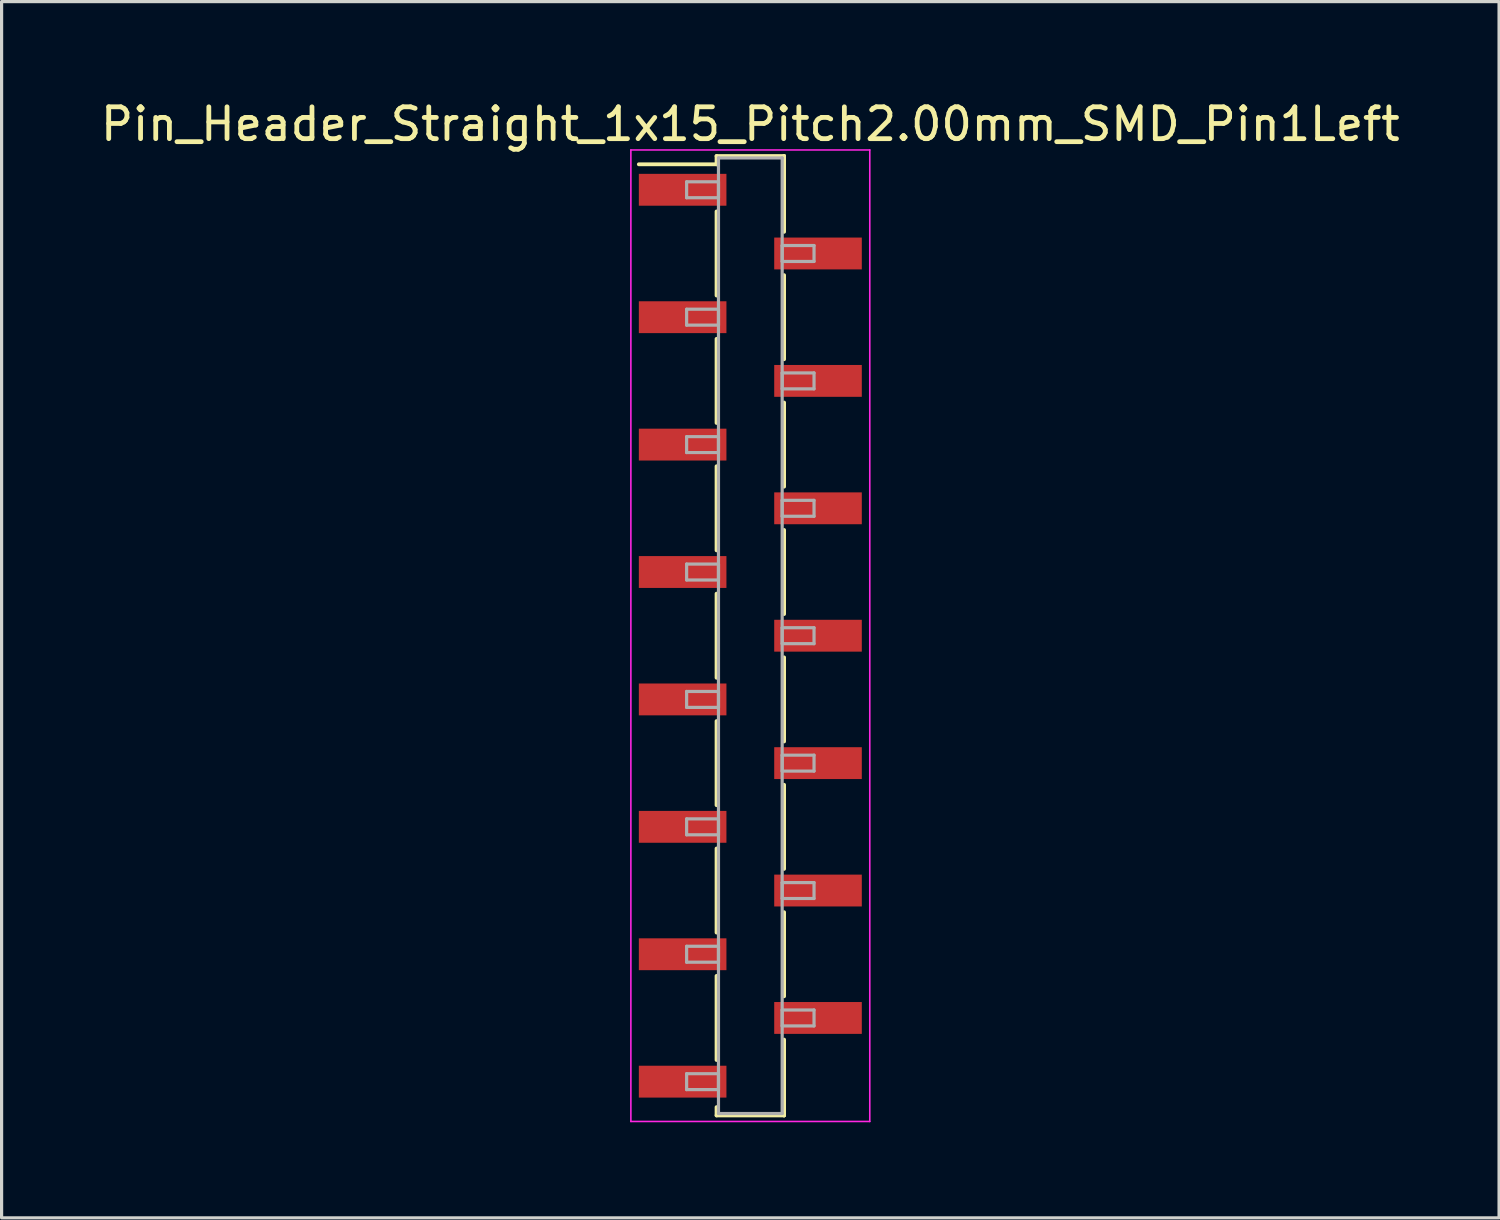
<source format=kicad_pcb>
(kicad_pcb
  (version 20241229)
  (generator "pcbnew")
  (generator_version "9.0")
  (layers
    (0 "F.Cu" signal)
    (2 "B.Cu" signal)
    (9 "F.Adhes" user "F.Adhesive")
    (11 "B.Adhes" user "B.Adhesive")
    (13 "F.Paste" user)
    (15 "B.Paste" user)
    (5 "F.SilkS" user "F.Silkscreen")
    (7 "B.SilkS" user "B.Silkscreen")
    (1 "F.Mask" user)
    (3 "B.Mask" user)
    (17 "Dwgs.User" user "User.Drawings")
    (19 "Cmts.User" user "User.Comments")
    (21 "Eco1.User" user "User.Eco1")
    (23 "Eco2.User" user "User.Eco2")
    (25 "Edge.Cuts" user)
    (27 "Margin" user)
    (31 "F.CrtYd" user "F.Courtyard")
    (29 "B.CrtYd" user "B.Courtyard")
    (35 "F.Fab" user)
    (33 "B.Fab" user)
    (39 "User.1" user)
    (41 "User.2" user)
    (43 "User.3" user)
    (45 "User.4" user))
  (footprint "Pin_Header_Straight_1x15_Pitch2.00mm_SMD_Pin1Left"
    (layer "F.Cu")
    (at 20.506 16.908)
    (property "Reference" "Pin_Header_Straight_1x15_Pitch2.00mm_SMD_Pin1Left" (at 0 -16.06 0) (layer "F.SilkS") (effects (font (size 1 1) (thickness 0.15))))
    (attr smd)
    (fp_line (start -1.06 -15.06) (end 1.06 -15.06) (stroke (width 0.12) (type solid)) (layer "F.SilkS"))
    (fp_line (start -1.06 -14.8) (end -3.5 -14.8) (stroke (width 0.12) (type solid)) (layer "F.SilkS"))
    (fp_line (start -1.06 -14.8) (end -1.06 -15.06) (stroke (width 0.12) (type solid)) (layer "F.SilkS"))
    (fp_line (start -1.06 -13.32) (end -1.06 -10.68) (stroke (width 0.12) (type solid)) (layer "F.SilkS"))
    (fp_line (start -1.06 -9.32) (end -1.06 -6.68) (stroke (width 0.12) (type solid)) (layer "F.SilkS"))
    (fp_line (start -1.06 -5.32) (end -1.06 -2.68) (stroke (width 0.12) (type solid)) (layer "F.SilkS"))
    (fp_line (start -1.06 -1.32) (end -1.06 1.32) (stroke (width 0.12) (type solid)) (layer "F.SilkS"))
    (fp_line (start -1.06 2.68) (end -1.06 5.32) (stroke (width 0.12) (type solid)) (layer "F.SilkS"))
    (fp_line (start -1.06 6.68) (end -1.06 9.32) (stroke (width 0.12) (type solid)) (layer "F.SilkS"))
    (fp_line (start -1.06 10.68) (end -1.06 13.32) (stroke (width 0.12) (type solid)) (layer "F.SilkS"))
    (fp_line (start -1.06 14.8) (end -1.06 15.06) (stroke (width 0.12) (type solid)) (layer "F.SilkS"))
    (fp_line (start -1.06 15.06) (end 1.06 15.06) (stroke (width 0.12) (type solid)) (layer "F.SilkS"))
    (fp_line (start 1.06 -15.06) (end 1.06 -14.8) (stroke (width 0.12) (type solid)) (layer "F.SilkS"))
    (fp_line (start 1.06 -15.06) (end 1.06 -12.68) (stroke (width 0.12) (type solid)) (layer "F.SilkS"))
    (fp_line (start 1.06 -11.32) (end 1.06 -8.68) (stroke (width 0.12) (type solid)) (layer "F.SilkS"))
    (fp_line (start 1.06 -7.32) (end 1.06 -4.68) (stroke (width 0.12) (type solid)) (layer "F.SilkS"))
    (fp_line (start 1.06 -3.32) (end 1.06 -0.68) (stroke (width 0.12) (type solid)) (layer "F.SilkS"))
    (fp_line (start 1.06 0.68) (end 1.06 3.32) (stroke (width 0.12) (type solid)) (layer "F.SilkS"))
    (fp_line (start 1.06 4.68) (end 1.06 7.32) (stroke (width 0.12) (type solid)) (layer "F.SilkS"))
    (fp_line (start 1.06 8.68) (end 1.06 11.32) (stroke (width 0.12) (type solid)) (layer "F.SilkS"))
    (fp_line (start 1.06 12.68) (end 1.06 15.06) (stroke (width 0.12) (type solid)) (layer "F.SilkS"))
    (fp_line (start 1.06 15.06) (end 1.06 14.8) (stroke (width 0.12) (type solid)) (layer "F.SilkS"))
    (fp_line (start -3.75 -15.25) (end -3.75 15.25) (stroke (width 0.05) (type solid)) (layer "F.CrtYd"))
    (fp_line (start -3.75 15.25) (end 3.75 15.25) (stroke (width 0.05) (type solid)) (layer "F.CrtYd"))
    (fp_line (start 3.75 -15.25) (end -3.75 -15.25) (stroke (width 0.05) (type solid)) (layer "F.CrtYd"))
    (fp_line (start 3.75 15.25) (end 3.75 -15.25) (stroke (width 0.05) (type solid)) (layer "F.CrtYd"))
    (fp_line (start -2 -14.25) (end -1 -14.25) (stroke (width 0.1) (type solid)) (layer "F.Fab"))
    (fp_line (start -2 -13.75) (end -2 -14.25) (stroke (width 0.1) (type solid)) (layer "F.Fab"))
    (fp_line (start -2 -10.25) (end -1 -10.25) (stroke (width 0.1) (type solid)) (layer "F.Fab"))
    (fp_line (start -2 -9.75) (end -2 -10.25) (stroke (width 0.1) (type solid)) (layer "F.Fab"))
    (fp_line (start -2 -6.25) (end -1 -6.25) (stroke (width 0.1) (type solid)) (layer "F.Fab"))
    (fp_line (start -2 -5.75) (end -2 -6.25) (stroke (width 0.1) (type solid)) (layer "F.Fab"))
    (fp_line (start -2 -2.25) (end -1 -2.25) (stroke (width 0.1) (type solid)) (layer "F.Fab"))
    (fp_line (start -2 -1.75) (end -2 -2.25) (stroke (width 0.1) (type solid)) (layer "F.Fab"))
    (fp_line (start -2 1.75) (end -1 1.75) (stroke (width 0.1) (type solid)) (layer "F.Fab"))
    (fp_line (start -2 2.25) (end -2 1.75) (stroke (width 0.1) (type solid)) (layer "F.Fab"))
    (fp_line (start -2 5.75) (end -1 5.75) (stroke (width 0.1) (type solid)) (layer "F.Fab"))
    (fp_line (start -2 6.25) (end -2 5.75) (stroke (width 0.1) (type solid)) (layer "F.Fab"))
    (fp_line (start -2 9.75) (end -1 9.75) (stroke (width 0.1) (type solid)) (layer "F.Fab"))
    (fp_line (start -2 10.25) (end -2 9.75) (stroke (width 0.1) (type solid)) (layer "F.Fab"))
    (fp_line (start -2 13.75) (end -1 13.75) (stroke (width 0.1) (type solid)) (layer "F.Fab"))
    (fp_line (start -2 14.25) (end -2 13.75) (stroke (width 0.1) (type solid)) (layer "F.Fab"))
    (fp_line (start -1 -15) (end -1 15) (stroke (width 0.1) (type solid)) (layer "F.Fab"))
    (fp_line (start -1 -14.25) (end -1 -13.75) (stroke (width 0.1) (type solid)) (layer "F.Fab"))
    (fp_line (start -1 -13.75) (end -2 -13.75) (stroke (width 0.1) (type solid)) (layer "F.Fab"))
    (fp_line (start -1 -10.25) (end -1 -9.75) (stroke (width 0.1) (type solid)) (layer "F.Fab"))
    (fp_line (start -1 -9.75) (end -2 -9.75) (stroke (width 0.1) (type solid)) (layer "F.Fab"))
    (fp_line (start -1 -6.25) (end -1 -5.75) (stroke (width 0.1) (type solid)) (layer "F.Fab"))
    (fp_line (start -1 -5.75) (end -2 -5.75) (stroke (width 0.1) (type solid)) (layer "F.Fab"))
    (fp_line (start -1 -2.25) (end -1 -1.75) (stroke (width 0.1) (type solid)) (layer "F.Fab"))
    (fp_line (start -1 -1.75) (end -2 -1.75) (stroke (width 0.1) (type solid)) (layer "F.Fab"))
    (fp_line (start -1 1.75) (end -1 2.25) (stroke (width 0.1) (type solid)) (layer "F.Fab"))
    (fp_line (start -1 2.25) (end -2 2.25) (stroke (width 0.1) (type solid)) (layer "F.Fab"))
    (fp_line (start -1 5.75) (end -1 6.25) (stroke (width 0.1) (type solid)) (layer "F.Fab"))
    (fp_line (start -1 6.25) (end -2 6.25) (stroke (width 0.1) (type solid)) (layer "F.Fab"))
    (fp_line (start -1 9.75) (end -1 10.25) (stroke (width 0.1) (type solid)) (layer "F.Fab"))
    (fp_line (start -1 10.25) (end -2 10.25) (stroke (width 0.1) (type solid)) (layer "F.Fab"))
    (fp_line (start -1 13.75) (end -1 14.25) (stroke (width 0.1) (type solid)) (layer "F.Fab"))
    (fp_line (start -1 14.25) (end -2 14.25) (stroke (width 0.1) (type solid)) (layer "F.Fab"))
    (fp_line (start -1 15) (end 1 15) (stroke (width 0.1) (type solid)) (layer "F.Fab"))
    (fp_line (start 1 -15) (end -1 -15) (stroke (width 0.1) (type solid)) (layer "F.Fab"))
    (fp_line (start 1 -12.25) (end 1 -11.75) (stroke (width 0.1) (type solid)) (layer "F.Fab"))
    (fp_line (start 1 -11.75) (end 2 -11.75) (stroke (width 0.1) (type solid)) (layer "F.Fab"))
    (fp_line (start 1 -8.25) (end 1 -7.75) (stroke (width 0.1) (type solid)) (layer "F.Fab"))
    (fp_line (start 1 -7.75) (end 2 -7.75) (stroke (width 0.1) (type solid)) (layer "F.Fab"))
    (fp_line (start 1 -4.25) (end 1 -3.75) (stroke (width 0.1) (type solid)) (layer "F.Fab"))
    (fp_line (start 1 -3.75) (end 2 -3.75) (stroke (width 0.1) (type solid)) (layer "F.Fab"))
    (fp_line (start 1 -0.25) (end 1 0.25) (stroke (width 0.1) (type solid)) (layer "F.Fab"))
    (fp_line (start 1 0.25) (end 2 0.25) (stroke (width 0.1) (type solid)) (layer "F.Fab"))
    (fp_line (start 1 3.75) (end 1 4.25) (stroke (width 0.1) (type solid)) (layer "F.Fab"))
    (fp_line (start 1 4.25) (end 2 4.25) (stroke (width 0.1) (type solid)) (layer "F.Fab"))
    (fp_line (start 1 7.75) (end 1 8.25) (stroke (width 0.1) (type solid)) (layer "F.Fab"))
    (fp_line (start 1 8.25) (end 2 8.25) (stroke (width 0.1) (type solid)) (layer "F.Fab"))
    (fp_line (start 1 11.75) (end 1 12.25) (stroke (width 0.1) (type solid)) (layer "F.Fab"))
    (fp_line (start 1 12.25) (end 2 12.25) (stroke (width 0.1) (type solid)) (layer "F.Fab"))
    (fp_line (start 1 15) (end 1 -15) (stroke (width 0.1) (type solid)) (layer "F.Fab"))
    (fp_line (start 2 -12.25) (end 1 -12.25) (stroke (width 0.1) (type solid)) (layer "F.Fab"))
    (fp_line (start 2 -11.75) (end 2 -12.25) (stroke (width 0.1) (type solid)) (layer "F.Fab"))
    (fp_line (start 2 -8.25) (end 1 -8.25) (stroke (width 0.1) (type solid)) (layer "F.Fab"))
    (fp_line (start 2 -7.75) (end 2 -8.25) (stroke (width 0.1) (type solid)) (layer "F.Fab"))
    (fp_line (start 2 -4.25) (end 1 -4.25) (stroke (width 0.1) (type solid)) (layer "F.Fab"))
    (fp_line (start 2 -3.75) (end 2 -4.25) (stroke (width 0.1) (type solid)) (layer "F.Fab"))
    (fp_line (start 2 -0.25) (end 1 -0.25) (stroke (width 0.1) (type solid)) (layer "F.Fab"))
    (fp_line (start 2 0.25) (end 2 -0.25) (stroke (width 0.1) (type solid)) (layer "F.Fab"))
    (fp_line (start 2 3.75) (end 1 3.75) (stroke (width 0.1) (type solid)) (layer "F.Fab"))
    (fp_line (start 2 4.25) (end 2 3.75) (stroke (width 0.1) (type solid)) (layer "F.Fab"))
    (fp_line (start 2 7.75) (end 1 7.75) (stroke (width 0.1) (type solid)) (layer "F.Fab"))
    (fp_line (start 2 8.25) (end 2 7.75) (stroke (width 0.1) (type solid)) (layer "F.Fab"))
    (fp_line (start 2 11.75) (end 1 11.75) (stroke (width 0.1) (type solid)) (layer "F.Fab"))
    (fp_line (start 2 12.25) (end 2 11.75) (stroke (width 0.1) (type solid)) (layer "F.Fab"))
    (pad "1" smd rect (at -2.125 -14) (size 2.75 1) (layers "F.Cu" "F.Mask"))
    (pad "2" smd rect (at 2.125 -12) (size 2.75 1) (layers "F.Cu" "F.Mask"))
    (pad "3" smd rect (at -2.125 -10) (size 2.75 1) (layers "F.Cu" "F.Mask"))
    (pad "4" smd rect (at 2.125 -8) (size 2.75 1) (layers "F.Cu" "F.Mask"))
    (pad "5" smd rect (at -2.125 -6) (size 2.75 1) (layers "F.Cu" "F.Mask"))
    (pad "6" smd rect (at 2.125 -4) (size 2.75 1) (layers "F.Cu" "F.Mask"))
    (pad "7" smd rect (at -2.125 -2) (size 2.75 1) (layers "F.Cu" "F.Mask"))
    (pad "8" smd rect (at 2.125 0) (size 2.75 1) (layers "F.Cu" "F.Mask"))
    (pad "9" smd rect (at -2.125 2) (size 2.75 1) (layers "F.Cu" "F.Mask"))
    (pad "10" smd rect (at 2.125 4) (size 2.75 1) (layers "F.Cu" "F.Mask"))
    (pad "11" smd rect (at -2.125 6) (size 2.75 1) (layers "F.Cu" "F.Mask"))
    (pad "12" smd rect (at 2.125 8) (size 2.75 1) (layers "F.Cu" "F.Mask"))
    (pad "13" smd rect (at -2.125 10) (size 2.75 1) (layers "F.Cu" "F.Mask"))
    (pad "14" smd rect (at 2.125 12) (size 2.75 1) (layers "F.Cu" "F.Mask"))
    (pad "15" smd rect (at -2.125 14) (size 2.75 1) (layers "F.Cu" "F.Mask")))
  (gr_rect
    (start -3 -3)
    (end 44.012 35.183)
    (stroke (width 0.1) (type default))
    (fill no)
    (layer "Edge.Cuts")))
</source>
